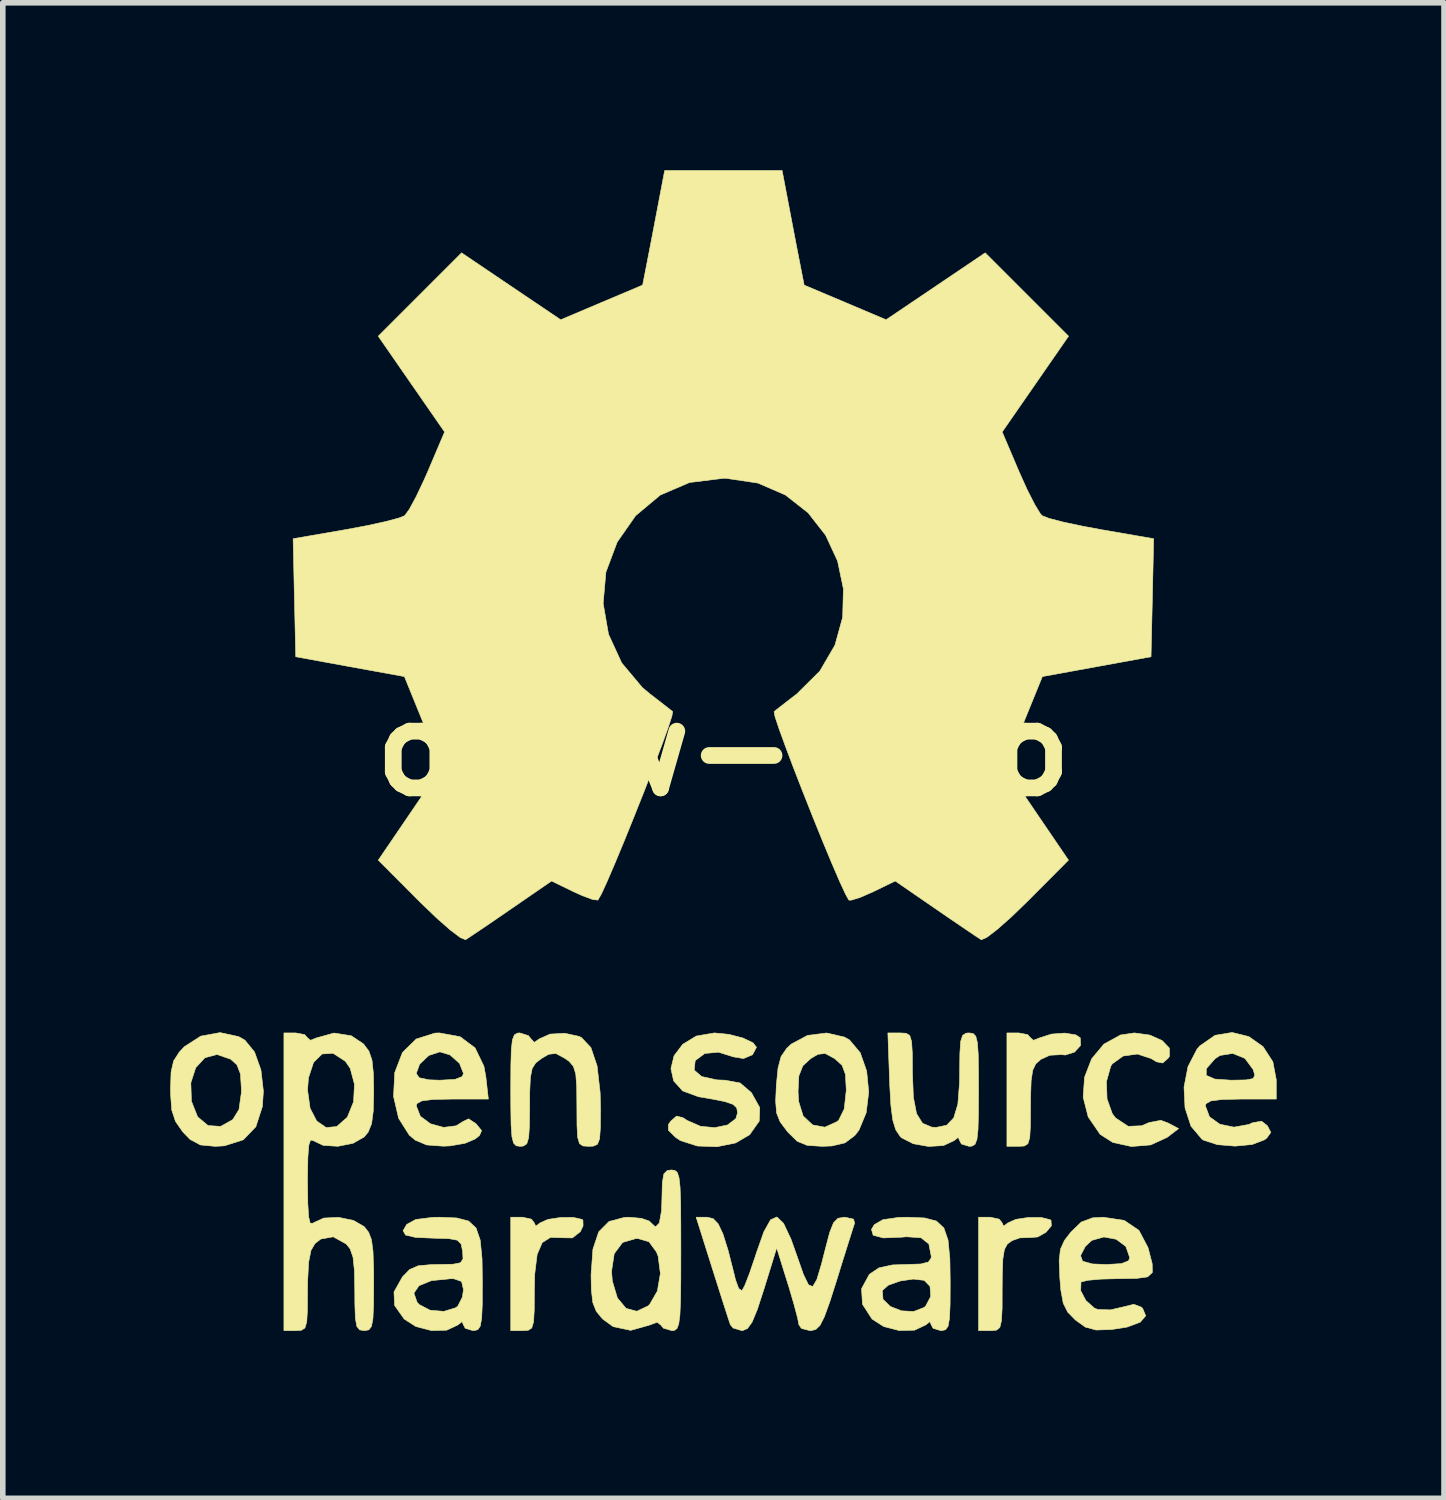
<source format=kicad_pcb>
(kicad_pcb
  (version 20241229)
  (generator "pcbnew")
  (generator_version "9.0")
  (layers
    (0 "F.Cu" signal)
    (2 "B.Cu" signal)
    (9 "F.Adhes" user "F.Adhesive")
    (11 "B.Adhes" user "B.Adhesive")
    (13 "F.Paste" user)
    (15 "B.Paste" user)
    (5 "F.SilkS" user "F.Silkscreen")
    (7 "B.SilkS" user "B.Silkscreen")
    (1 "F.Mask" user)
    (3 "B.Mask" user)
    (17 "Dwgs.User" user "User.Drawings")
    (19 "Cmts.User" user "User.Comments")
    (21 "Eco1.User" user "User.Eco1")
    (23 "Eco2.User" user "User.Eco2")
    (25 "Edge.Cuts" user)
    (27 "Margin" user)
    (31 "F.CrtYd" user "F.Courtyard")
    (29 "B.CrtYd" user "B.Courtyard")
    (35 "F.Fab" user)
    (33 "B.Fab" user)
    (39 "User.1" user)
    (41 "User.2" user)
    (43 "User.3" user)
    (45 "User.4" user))
  (footprint "oshw-logo"
    (layer "F.Cu")
    (at 9.911 10.377)
    (property "Reference" "oshw-logo" (at 0 0 0) (layer "F.SilkS") (effects (font (size 1.524 1.524) (thickness 0.3))))
    (attr through_hole)
    (fp_poly (pts (xy -3.439 8.417) (xy -3.387 8.484) (xy -3.362 8.543) (xy -3.285 8.484) (xy -3.144 8.421) (xy -2.92 8.387) (xy -2.691 8.385) (xy -2.533 8.421) (xy -2.517 8.433) (xy -2.514 8.536) (xy -2.562 8.64) (xy -2.706 8.753) (xy -2.882 8.75) (xy -3.097 8.743) (xy -3.246 8.837) (xy -3.337 9.049) (xy -3.38 9.397) (xy -3.387 9.7) (xy -3.389 10.047) (xy -3.401 10.258) (xy -3.434 10.367) (xy -3.498 10.408) (xy -3.598 10.414) (xy -3.81 10.414) (xy -3.81 8.382) (xy -3.598 8.382) (xy -3.439 8.417)) (stroke (width 0.01) (type solid)) (fill yes) (layer "F.SilkS"))
    (fp_poly (pts (xy 5.451 5.11) (xy 5.503 5.168) (xy 5.555 5.212) (xy 5.667 5.168) (xy 5.876 5.101) (xy 6.116 5.083) (xy 6.315 5.115) (xy 6.395 5.168) (xy 6.4 5.304) (xy 6.292 5.423) (xy 6.126 5.476) (xy 6.054 5.469) (xy 5.849 5.48) (xy 5.688 5.553) (xy 5.597 5.634) (xy 5.542 5.748) (xy 5.514 5.933) (xy 5.504 6.232) (xy 5.503 6.397) (xy 5.501 6.744) (xy 5.489 6.956) (xy 5.456 7.065) (xy 5.392 7.106) (xy 5.292 7.112) (xy 5.08 7.112) (xy 5.08 5.08) (xy 5.292 5.08) (xy 5.451 5.11)) (stroke (width 0.01) (type solid)) (fill yes) (layer "F.SilkS"))
    (fp_poly (pts (xy 4.943 8.417) (xy 4.995 8.484) (xy 5.02 8.543) (xy 5.097 8.484) (xy 5.241 8.42) (xy 5.467 8.386) (xy 5.698 8.387) (xy 5.856 8.427) (xy 5.87 8.439) (xy 5.876 8.537) (xy 5.779 8.652) (xy 5.633 8.735) (xy 5.507 8.746) (xy 5.31 8.752) (xy 5.173 8.801) (xy 5.088 8.862) (xy 5.035 8.96) (xy 5.007 9.131) (xy 4.997 9.412) (xy 4.995 9.655) (xy 4.994 10.015) (xy 4.982 10.238) (xy 4.953 10.357) (xy 4.895 10.405) (xy 4.801 10.414) (xy 4.784 10.414) (xy 4.572 10.414) (xy 4.572 8.382) (xy 4.784 8.382) (xy 4.943 8.417)) (stroke (width 0.01) (type solid)) (fill yes) (layer "F.SilkS"))
    (fp_poly (pts (xy 7.643 5.119) (xy 7.863 5.218) (xy 7.991 5.352) (xy 7.993 5.497) (xy 7.969 5.533) (xy 7.871 5.619) (xy 7.759 5.597) (xy 7.664 5.539) (xy 7.417 5.458) (xy 7.162 5.494) (xy 6.968 5.634) (xy 6.94 5.677) (xy 6.863 5.953) (xy 6.874 6.262) (xy 6.968 6.527) (xy 7.027 6.604) (xy 7.253 6.753) (xy 7.496 6.743) (xy 7.626 6.686) (xy 7.838 6.646) (xy 7.972 6.696) (xy 8.156 6.794) (xy 7.951 6.951) (xy 7.657 7.086) (xy 7.31 7.115) (xy 6.977 7.042) (xy 6.751 6.898) (xy 6.536 6.584) (xy 6.446 6.231) (xy 6.471 5.873) (xy 6.598 5.544) (xy 6.817 5.281) (xy 7.114 5.117) (xy 7.363 5.08) (xy 7.643 5.119)) (stroke (width 0.01) (type solid)) (fill yes) (layer "F.SilkS"))
    (fp_poly (pts (xy -8.685 5.146) (xy -8.573 5.21) (xy -8.401 5.42) (xy -8.286 5.742) (xy -8.242 6.124) (xy -8.26 6.399) (xy -8.377 6.761) (xy -8.602 6.995) (xy -8.941 7.103) (xy -9.106 7.112) (xy -9.371 7.087) (xy -9.557 6.987) (xy -9.687 6.852) (xy -9.817 6.665) (xy -9.884 6.461) (xy -9.905 6.173) (xy -9.906 6.083) (xy -9.902 5.973) (xy -9.542 5.973) (xy -9.531 6.304) (xy -9.42 6.584) (xy -9.234 6.739) (xy -9.008 6.755) (xy -8.791 6.633) (xy -8.679 6.452) (xy -8.637 6.154) (xy -8.636 6.085) (xy -8.653 5.813) (xy -8.717 5.65) (xy -8.828 5.551) (xy -9.074 5.466) (xy -9.29 5.525) (xy -9.454 5.703) (xy -9.542 5.973) (xy -9.902 5.973) (xy -9.896 5.781) (xy -9.851 5.583) (xy -9.75 5.425) (xy -9.659 5.327) (xy -9.363 5.137) (xy -9.019 5.074) (xy -8.685 5.146)) (stroke (width 0.01) (type solid)) (fill yes) (layer "F.SilkS"))
    (fp_poly (pts (xy 2.17 5.155) (xy 2.261 5.207) (xy 2.452 5.435) (xy 2.567 5.763) (xy 2.604 6.138) (xy 2.559 6.509) (xy 2.429 6.822) (xy 2.355 6.917) (xy 2.18 7.049) (xy 1.945 7.105) (xy 1.771 7.112) (xy 1.502 7.095) (xy 1.322 7.021) (xy 1.154 6.856) (xy 1.142 6.841) (xy 1.017 6.674) (xy 0.953 6.514) (xy 0.936 6.301) (xy 0.944 6.129) (xy 1.338 6.129) (xy 1.348 6.308) (xy 1.429 6.568) (xy 1.599 6.728) (xy 1.817 6.769) (xy 2.037 6.669) (xy 2.068 6.64) (xy 2.165 6.442) (xy 2.201 6.115) (xy 2.201 6.092) (xy 2.187 5.823) (xy 2.127 5.661) (xy 2 5.545) (xy 1.99 5.538) (xy 1.824 5.448) (xy 1.694 5.463) (xy 1.566 5.538) (xy 1.424 5.668) (xy 1.352 5.85) (xy 1.338 6.129) (xy 0.944 6.129) (xy 0.948 6.025) (xy 0.979 5.709) (xy 1.033 5.505) (xy 1.132 5.359) (xy 1.216 5.28) (xy 1.508 5.124) (xy 1.85 5.081) (xy 2.17 5.155)) (stroke (width 0.01) (type solid)) (fill yes) (layer "F.SilkS"))
    (fp_poly (pts (xy 9.413 5.145) (xy 9.669 5.325) (xy 9.845 5.597) (xy 9.906 5.92) (xy 9.906 6.265) (xy 9.271 6.265) (xy 8.932 6.273) (xy 8.734 6.298) (xy 8.647 6.348) (xy 8.636 6.386) (xy 8.709 6.583) (xy 8.896 6.716) (xy 9.148 6.768) (xy 9.415 6.72) (xy 9.479 6.69) (xy 9.642 6.661) (xy 9.746 6.742) (xy 9.809 6.862) (xy 9.735 6.964) (xy 9.696 6.994) (xy 9.474 7.079) (xy 9.167 7.108) (xy 8.852 7.082) (xy 8.602 7.001) (xy 8.573 6.982) (xy 8.378 6.751) (xy 8.271 6.424) (xy 8.253 6.052) (xy 8.294 5.84) (xy 8.651 5.84) (xy 8.805 5.907) (xy 9.099 5.927) (xy 9.362 5.922) (xy 9.491 5.898) (xy 9.521 5.837) (xy 9.492 5.736) (xy 9.344 5.536) (xy 9.125 5.447) (xy 8.895 5.484) (xy 8.808 5.543) (xy 8.653 5.72) (xy 8.651 5.84) (xy 8.294 5.84) (xy 8.324 5.684) (xy 8.486 5.37) (xy 8.535 5.313) (xy 8.81 5.122) (xy 9.115 5.072) (xy 9.413 5.145)) (stroke (width 0.01) (type solid)) (fill yes) (layer "F.SilkS"))
    (fp_poly (pts (xy -4.717 5.148) (xy -4.449 5.348) (xy -4.291 5.676) (xy -4.256 5.866) (xy -4.211 6.265) (xy -4.857 6.265) (xy -5.199 6.272) (xy -5.401 6.297) (xy -5.491 6.346) (xy -5.503 6.386) (xy -5.43 6.573) (xy -5.248 6.708) (xy -5.014 6.772) (xy -4.787 6.744) (xy -4.673 6.671) (xy -4.565 6.619) (xy -4.435 6.705) (xy -4.427 6.713) (xy -4.332 6.83) (xy -4.369 6.917) (xy -4.449 6.981) (xy -4.632 7.058) (xy -4.9 7.104) (xy -5.02 7.109) (xy -5.317 7.087) (xy -5.521 7.001) (xy -5.629 6.91) (xy -5.819 6.609) (xy -5.91 6.217) (xy -5.889 5.806) (xy -5.503 5.806) (xy -5.451 5.883) (xy -5.276 5.92) (xy -5.08 5.927) (xy -4.809 5.912) (xy -4.679 5.862) (xy -4.657 5.806) (xy -4.728 5.625) (xy -4.897 5.475) (xy -5.08 5.419) (xy -5.278 5.484) (xy -5.442 5.639) (xy -5.503 5.806) (xy -5.889 5.806) (xy -5.888 5.79) (xy -5.75 5.43) (xy -5.504 5.189) (xy -5.169 5.083) (xy -5.089 5.08) (xy -4.717 5.148)) (stroke (width 0.01) (type solid)) (fill yes) (layer "F.SilkS"))
    (fp_poly (pts (xy 0.101 5.106) (xy 0.35 5.171) (xy 0.531 5.257) (xy 0.593 5.337) (xy 0.522 5.471) (xy 0.36 5.539) (xy 0.18 5.509) (xy -0.088 5.425) (xy -0.333 5.448) (xy -0.499 5.571) (xy -0.506 5.584) (xy -0.523 5.746) (xy -0.39 5.861) (xy -0.12 5.921) (xy 0.031 5.927) (xy 0.3 5.977) (xy 0.502 6.15) (xy 0.652 6.419) (xy 0.642 6.661) (xy 0.47 6.904) (xy 0.47 6.904) (xy 0.219 7.051) (xy -0.116 7.119) (xy -0.468 7.106) (xy -0.772 7.008) (xy -0.856 6.952) (xy -0.985 6.824) (xy -0.986 6.722) (xy -0.941 6.658) (xy -0.839 6.57) (xy -0.726 6.598) (xy -0.649 6.648) (xy -0.412 6.752) (xy -0.155 6.777) (xy 0.074 6.729) (xy 0.223 6.616) (xy 0.254 6.512) (xy 0.239 6.423) (xy 0.173 6.36) (xy 0.023 6.309) (xy -0.245 6.257) (xy -0.443 6.224) (xy -0.728 6.12) (xy -0.891 5.94) (xy -0.94 5.719) (xy -0.884 5.489) (xy -0.729 5.284) (xy -0.486 5.136) (xy -0.162 5.08) (xy 0.101 5.106)) (stroke (width 0.01) (type solid)) (fill yes) (layer "F.SilkS"))
    (fp_poly (pts (xy 3.274 5.086) (xy 3.339 5.126) (xy 3.372 5.234) (xy 3.385 5.443) (xy 3.387 5.787) (xy 3.387 5.794) (xy 3.404 6.232) (xy 3.461 6.526) (xy 3.567 6.698) (xy 3.733 6.768) (xy 3.81 6.773) (xy 4 6.734) (xy 4.127 6.602) (xy 4.201 6.356) (xy 4.231 5.973) (xy 4.233 5.794) (xy 4.237 5.445) (xy 4.251 5.233) (xy 4.286 5.124) (xy 4.348 5.084) (xy 4.403 5.08) (xy 4.474 5.09) (xy 4.522 5.139) (xy 4.551 5.254) (xy 4.566 5.464) (xy 4.571 5.797) (xy 4.572 6.096) (xy 4.57 6.525) (xy 4.562 6.813) (xy 4.543 6.987) (xy 4.508 7.076) (xy 4.453 7.108) (xy 4.403 7.112) (xy 4.265 7.07) (xy 4.233 7.01) (xy 4.208 6.951) (xy 4.132 7.01) (xy 3.943 7.098) (xy 3.676 7.114) (xy 3.401 7.065) (xy 3.19 6.957) (xy 3.167 6.934) (xy 3.088 6.815) (xy 3.035 6.642) (xy 3.001 6.378) (xy 2.979 5.987) (xy 2.977 5.918) (xy 2.947 5.08) (xy 3.167 5.08) (xy 3.274 5.086)) (stroke (width 0.01) (type solid)) (fill yes) (layer "F.SilkS"))
    (fp_poly (pts (xy -3.494 5.128) (xy -3.447 5.186) (xy -3.39 5.249) (xy -3.296 5.186) (xy -3.106 5.101) (xy -2.843 5.086) (xy -2.589 5.141) (xy -2.543 5.163) (xy -2.374 5.342) (xy -2.263 5.67) (xy -2.208 6.152) (xy -2.201 6.447) (xy -2.204 6.779) (xy -2.218 6.977) (xy -2.256 7.075) (xy -2.328 7.108) (xy -2.413 7.112) (xy -2.516 7.105) (xy -2.578 7.063) (xy -2.611 6.952) (xy -2.623 6.737) (xy -2.625 6.394) (xy -2.628 6.041) (xy -2.645 5.817) (xy -2.686 5.681) (xy -2.761 5.592) (xy -2.836 5.538) (xy -3.002 5.448) (xy -3.132 5.463) (xy -3.26 5.538) (xy -3.363 5.618) (xy -3.426 5.717) (xy -3.458 5.877) (xy -3.47 6.139) (xy -3.471 6.394) (xy -3.475 6.744) (xy -3.489 6.957) (xy -3.523 7.067) (xy -3.585 7.107) (xy -3.641 7.112) (xy -3.712 7.102) (xy -3.76 7.053) (xy -3.789 6.938) (xy -3.804 6.728) (xy -3.809 6.395) (xy -3.81 6.096) (xy -3.808 5.667) (xy -3.8 5.379) (xy -3.78 5.204) (xy -3.745 5.115) (xy -3.689 5.083) (xy -3.648 5.08) (xy -3.494 5.128)) (stroke (width 0.01) (type solid)) (fill yes) (layer "F.SilkS"))
    (fp_poly (pts (xy 7.182 8.439) (xy 7.445 8.617) (xy 7.607 8.924) (xy 7.616 8.956) (xy 7.683 9.216) (xy 7.686 9.372) (xy 7.6 9.451) (xy 7.396 9.479) (xy 7.075 9.483) (xy 6.766 9.491) (xy 6.53 9.512) (xy 6.412 9.541) (xy 6.407 9.546) (xy 6.402 9.699) (xy 6.496 9.876) (xy 6.647 10.01) (xy 6.709 10.035) (xy 6.934 10.042) (xy 7.151 9.992) (xy 7.354 9.942) (xy 7.488 9.993) (xy 7.512 10.016) (xy 7.567 10.148) (xy 7.468 10.263) (xy 7.23 10.351) (xy 6.955 10.394) (xy 6.678 10.403) (xy 6.485 10.351) (xy 6.307 10.223) (xy 6.169 10.082) (xy 6.089 9.922) (xy 6.046 9.687) (xy 6.028 9.469) (xy 6.016 9.159) (xy 6.026 9.07) (xy 6.399 9.07) (xy 6.436 9.17) (xy 6.612 9.219) (xy 6.863 9.229) (xy 7.132 9.213) (xy 7.26 9.162) (xy 7.281 9.108) (xy 7.211 8.906) (xy 7.038 8.777) (xy 6.816 8.736) (xy 6.6 8.797) (xy 6.485 8.904) (xy 6.399 9.07) (xy 6.026 9.07) (xy 6.039 8.956) (xy 6.11 8.799) (xy 6.222 8.653) (xy 6.411 8.469) (xy 6.614 8.393) (xy 6.804 8.382) (xy 7.182 8.439)) (stroke (width 0.01) (type solid)) (fill yes) (layer "F.SilkS"))
    (fp_poly (pts (xy 3.604 8.395) (xy 3.816 8.45) (xy 3.95 8.574) (xy 4.025 8.792) (xy 4.058 9.13) (xy 4.064 9.553) (xy 4.062 9.942) (xy 4.051 10.192) (xy 4.026 10.334) (xy 3.98 10.398) (xy 3.908 10.414) (xy 3.895 10.414) (xy 3.757 10.372) (xy 3.725 10.312) (xy 3.7 10.253) (xy 3.624 10.312) (xy 3.425 10.406) (xy 3.153 10.413) (xy 2.873 10.341) (xy 2.663 10.206) (xy 2.492 9.941) (xy 2.477 9.694) (xy 2.848 9.694) (xy 2.86 9.853) (xy 2.99 9.98) (xy 3.19 10.059) (xy 3.409 10.071) (xy 3.597 9.998) (xy 3.624 9.974) (xy 3.715 9.801) (xy 3.702 9.621) (xy 3.598 9.513) (xy 3.403 9.49) (xy 3.166 9.525) (xy 2.957 9.599) (xy 2.848 9.694) (xy 2.477 9.694) (xy 2.475 9.663) (xy 2.612 9.411) (xy 2.625 9.398) (xy 2.788 9.289) (xy 3.026 9.237) (xy 3.26 9.229) (xy 3.532 9.22) (xy 3.673 9.185) (xy 3.722 9.113) (xy 3.724 9.081) (xy 3.681 8.861) (xy 3.541 8.75) (xy 3.279 8.732) (xy 3.192 8.74) (xy 2.866 8.753) (xy 2.684 8.705) (xy 2.653 8.6) (xy 2.704 8.515) (xy 2.858 8.426) (xy 3.143 8.385) (xy 3.299 8.382) (xy 3.604 8.395)) (stroke (width 0.01) (type solid)) (fill yes) (layer "F.SilkS"))
    (fp_poly (pts (xy -4.778 8.395) (xy -4.566 8.45) (xy -4.432 8.574) (xy -4.357 8.792) (xy -4.324 9.13) (xy -4.318 9.553) (xy -4.32 9.942) (xy -4.331 10.192) (xy -4.356 10.334) (xy -4.402 10.398) (xy -4.474 10.414) (xy -4.487 10.414) (xy -4.625 10.372) (xy -4.657 10.312) (xy -4.682 10.253) (xy -4.758 10.312) (xy -4.957 10.406) (xy -5.229 10.413) (xy -5.509 10.341) (xy -5.719 10.206) (xy -5.891 9.963) (xy -5.901 9.742) (xy -5.545 9.742) (xy -5.488 9.905) (xy -5.451 9.946) (xy -5.255 10.048) (xy -5.008 10.069) (xy -4.796 10.004) (xy -4.758 9.974) (xy -4.676 9.812) (xy -4.657 9.677) (xy -4.691 9.533) (xy -4.828 9.485) (xy -4.889 9.484) (xy -5.23 9.518) (xy -5.454 9.609) (xy -5.545 9.742) (xy -5.901 9.742) (xy -5.902 9.721) (xy -5.751 9.452) (xy -5.751 9.452) (xy -5.622 9.319) (xy -5.467 9.252) (xy -5.225 9.23) (xy -5.111 9.229) (xy -4.845 9.224) (xy -4.71 9.198) (xy -4.665 9.128) (xy -4.672 8.996) (xy -4.698 8.864) (xy -4.765 8.794) (xy -4.917 8.766) (xy -5.183 8.758) (xy -5.514 8.744) (xy -5.694 8.702) (xy -5.739 8.624) (xy -5.674 8.511) (xy -5.511 8.422) (xy -5.204 8.384) (xy -5.083 8.382) (xy -4.778 8.395)) (stroke (width 0.01) (type solid)) (fill yes) (layer "F.SilkS"))
    (fp_poly (pts (xy -0.87 7.543) (xy -0.825 7.581) (xy -0.795 7.674) (xy -0.776 7.845) (xy -0.766 8.118) (xy -0.763 8.516) (xy -0.762 8.975) (xy -0.763 9.5) (xy -0.768 9.879) (xy -0.779 10.136) (xy -0.8 10.294) (xy -0.832 10.377) (xy -0.878 10.41) (xy -0.924 10.414) (xy -1.074 10.37) (xy -1.119 10.317) (xy -1.185 10.263) (xy -1.332 10.317) (xy -1.661 10.409) (xy -1.975 10.342) (xy -2.163 10.206) (xy -2.276 10.07) (xy -2.339 9.914) (xy -2.366 9.683) (xy -2.371 9.413) (xy -2.366 9.35) (xy -2.004 9.35) (xy -1.99 9.525) (xy -1.899 9.829) (xy -1.744 10.015) (xy -1.552 10.067) (xy -1.347 9.97) (xy -1.322 9.946) (xy -1.183 9.705) (xy -1.129 9.391) (xy -1.169 9.081) (xy -1.2 9.003) (xy -1.334 8.821) (xy -1.533 8.764) (xy -1.565 8.763) (xy -1.806 8.834) (xy -1.956 9.036) (xy -2.004 9.35) (xy -2.366 9.35) (xy -2.338 8.957) (xy -2.234 8.644) (xy -2.049 8.458) (xy -1.772 8.385) (xy -1.692 8.382) (xy -1.469 8.402) (xy -1.327 8.452) (xy -1.312 8.467) (xy -1.217 8.556) (xy -1.148 8.486) (xy -1.108 8.265) (xy -1.101 8.043) (xy -1.094 7.76) (xy -1.067 7.606) (xy -1.006 7.545) (xy -0.931 7.535) (xy -0.87 7.543)) (stroke (width 0.01) (type solid)) (fill yes) (layer "F.SilkS"))
    (fp_poly (pts (xy 1.078 8.492) (xy 1.21 8.772) (xy 1.316 9.069) (xy 1.434 9.407) (xy 1.525 9.593) (xy 1.601 9.624) (xy 1.675 9.497) (xy 1.761 9.209) (xy 1.825 8.956) (xy 1.905 8.653) (xy 1.974 8.48) (xy 2.053 8.401) (xy 2.165 8.382) (xy 2.177 8.382) (xy 2.332 8.416) (xy 2.351 8.488) (xy 2.312 8.608) (xy 2.235 8.852) (xy 2.131 9.183) (xy 2.032 9.504) (xy 1.905 9.902) (xy 1.81 10.164) (xy 1.732 10.319) (xy 1.656 10.393) (xy 1.568 10.414) (xy 1.552 10.414) (xy 1.399 10.375) (xy 1.353 10.308) (xy 1.328 10.181) (xy 1.264 9.94) (xy 1.174 9.633) (xy 1.153 9.567) (xy 0.955 8.932) (xy 0.726 9.673) (xy 0.608 10.035) (xy 0.515 10.26) (xy 0.431 10.377) (xy 0.343 10.414) (xy 0.331 10.414) (xy 0.175 10.367) (xy 0.125 10.308) (xy 0.085 10.188) (xy 0.006 9.944) (xy -0.099 9.613) (xy -0.201 9.292) (xy -0.488 8.382) (xy -0.289 8.382) (xy -0.184 8.407) (xy -0.094 8.499) (xy -0.008 8.681) (xy 0.085 8.978) (xy 0.196 9.414) (xy 0.217 9.503) (xy 0.274 9.658) (xy 0.331 9.699) (xy 0.383 9.606) (xy 0.466 9.393) (xy 0.566 9.1) (xy 0.591 9.022) (xy 0.725 8.643) (xy 0.845 8.428) (xy 0.959 8.377) (xy 1.078 8.492)) (stroke (width 0.01) (type solid)) (fill yes) (layer "F.SilkS"))
    (fp_poly (pts (xy -7.503 5.11) (xy -7.451 5.168) (xy -7.399 5.212) (xy -7.287 5.168) (xy -6.976 5.082) (xy -6.667 5.131) (xy -6.449 5.276) (xy -6.352 5.405) (xy -6.296 5.567) (xy -6.271 5.809) (xy -6.265 6.123) (xy -6.273 6.476) (xy -6.303 6.705) (xy -6.363 6.855) (xy -6.435 6.943) (xy -6.637 7.058) (xy -6.907 7.111) (xy -7.17 7.095) (xy -7.349 7.01) (xy -7.397 6.999) (xy -7.428 7.092) (xy -7.445 7.31) (xy -7.451 7.673) (xy -7.451 7.747) (xy -7.446 8.136) (xy -7.431 8.376) (xy -7.403 8.488) (xy -7.358 8.492) (xy -7.349 8.484) (xy -7.161 8.397) (xy -6.897 8.384) (xy -6.628 8.439) (xy -6.435 8.551) (xy -6.356 8.652) (xy -6.305 8.786) (xy -6.278 8.992) (xy -6.267 9.307) (xy -6.265 9.567) (xy -6.268 9.953) (xy -6.279 10.199) (xy -6.305 10.338) (xy -6.352 10.399) (xy -6.426 10.414) (xy -6.435 10.414) (xy -6.518 10.4) (xy -6.568 10.337) (xy -6.594 10.191) (xy -6.603 9.929) (xy -6.604 9.707) (xy -6.611 9.338) (xy -6.636 9.098) (xy -6.688 8.948) (xy -6.759 8.861) (xy -6.991 8.733) (xy -7.214 8.773) (xy -7.318 8.854) (xy -7.389 8.976) (xy -7.431 9.188) (xy -7.449 9.524) (xy -7.451 9.7) (xy -7.453 10.047) (xy -7.465 10.258) (xy -7.498 10.367) (xy -7.562 10.408) (xy -7.662 10.414) (xy -7.874 10.414) (xy -7.874 6.103) (xy -7.451 6.103) (xy -7.405 6.43) (xy -7.286 6.659) (xy -7.118 6.775) (xy -6.929 6.758) (xy -6.742 6.594) (xy -6.736 6.585) (xy -6.626 6.314) (xy -6.61 6) (xy -6.686 5.715) (xy -6.773 5.588) (xy -6.993 5.445) (xy -7.19 5.457) (xy -7.343 5.608) (xy -7.434 5.884) (xy -7.451 6.103) (xy -7.874 6.103) (xy -7.874 5.08) (xy -7.662 5.08) (xy -7.503 5.11)) (stroke (width 0.01) (type solid)) (fill yes) (layer "F.SilkS"))
    (fp_poly (pts (xy 1.165 -9.779) (xy 1.237 -9.4) (xy 1.311 -9.013) (xy 1.362 -8.753) (xy 1.447 -8.319) (xy 2.181 -8.009) (xy 2.915 -7.698) (xy 4.691 -8.897) (xy 6.184 -7.404) (xy 5.59 -6.546) (xy 4.995 -5.688) (xy 5.295 -4.982) (xy 5.441 -4.657) (xy 5.577 -4.39) (xy 5.68 -4.221) (xy 5.71 -4.188) (xy 5.836 -4.139) (xy 6.09 -4.073) (xy 6.434 -4) (xy 6.767 -3.938) (xy 7.709 -3.775) (xy 7.686 -2.717) (xy 7.662 -1.66) (xy 5.715 -1.305) (xy 5.384 -0.491) (xy 5.053 0.323) (xy 5.618 1.154) (xy 6.183 1.984) (xy 5.447 2.723) (xy 5.159 3.002) (xy 4.908 3.224) (xy 4.721 3.367) (xy 4.623 3.411) (xy 4.62 3.41) (xy 4.516 3.342) (xy 4.306 3.2) (xy 4.025 3.009) (xy 3.804 2.857) (xy 3.079 2.358) (xy 2.684 2.55) (xy 2.454 2.651) (xy 2.293 2.701) (xy 2.248 2.7) (xy 2.189 2.595) (xy 2.083 2.366) (xy 1.943 2.041) (xy 1.779 1.647) (xy 1.603 1.212) (xy 1.426 0.765) (xy 1.258 0.334) (xy 1.112 -0.054) (xy 0.997 -0.37) (xy 0.925 -0.587) (xy 0.908 -0.677) (xy 0.908 -0.677) (xy 1.009 -0.757) (xy 1.194 -0.9) (xy 1.317 -0.995) (xy 1.728 -1.403) (xy 1.999 -1.868) (xy 2.137 -2.368) (xy 2.15 -2.878) (xy 2.046 -3.375) (xy 1.832 -3.837) (xy 1.518 -4.239) (xy 1.11 -4.559) (xy 0.618 -4.772) (xy 0.047 -4.857) (xy 0 -4.857) (xy -0.606 -4.782) (xy -1.131 -4.557) (xy -1.573 -4.187) (xy -1.903 -3.714) (xy -2.105 -3.176) (xy -2.154 -2.615) (xy -2.058 -2.062) (xy -1.822 -1.549) (xy -1.453 -1.109) (xy -1.317 -0.995) (xy -1.107 -0.833) (xy -0.952 -0.712) (xy -0.908 -0.677) (xy -0.924 -0.591) (xy -0.994 -0.377) (xy -1.108 -0.063) (xy -1.254 0.323) (xy -1.421 0.754) (xy -1.599 1.201) (xy -1.775 1.636) (xy -1.939 2.031) (xy -2.08 2.359) (xy -2.186 2.591) (xy -2.248 2.699) (xy -2.248 2.7) (xy -2.341 2.69) (xy -2.534 2.618) (xy -2.684 2.55) (xy -3.079 2.358) (xy -3.804 2.857) (xy -4.115 3.071) (xy -4.379 3.25) (xy -4.56 3.371) (xy -4.62 3.41) (xy -4.711 3.373) (xy -4.893 3.236) (xy -5.14 3.019) (xy -5.427 2.743) (xy -5.447 2.723) (xy -6.183 1.984) (xy -5.618 1.154) (xy -5.053 0.323) (xy -5.384 -0.491) (xy -5.715 -1.305) (xy -6.689 -1.482) (xy -7.662 -1.66) (xy -7.686 -2.717) (xy -7.709 -3.775) (xy -6.767 -3.938) (xy -6.377 -4.011) (xy -6.045 -4.084) (xy -5.807 -4.148) (xy -5.71 -4.188) (xy -5.627 -4.302) (xy -5.503 -4.532) (xy -5.359 -4.837) (xy -5.295 -4.982) (xy -4.995 -5.688) (xy -5.59 -6.546) (xy -6.184 -7.404) (xy -5.438 -8.15) (xy -4.691 -8.897) (xy -3.803 -8.297) (xy -2.915 -7.698) (xy -2.181 -8.009) (xy -1.447 -8.319) (xy -1.362 -8.753) (xy -1.3 -9.072) (xy -1.225 -9.464) (xy -1.165 -9.779) (xy -1.052 -10.372) (xy 1.052 -10.372) (xy 1.165 -9.779)) (stroke (width 0.01) (type solid)) (fill yes) (layer "F.SilkS")))
  (gr_rect
    (start -3 -3)
    (end 22.822 23.796)
    (stroke (width 0.1) (type default))
    (fill no)
    (layer "Edge.Cuts")))
</source>
